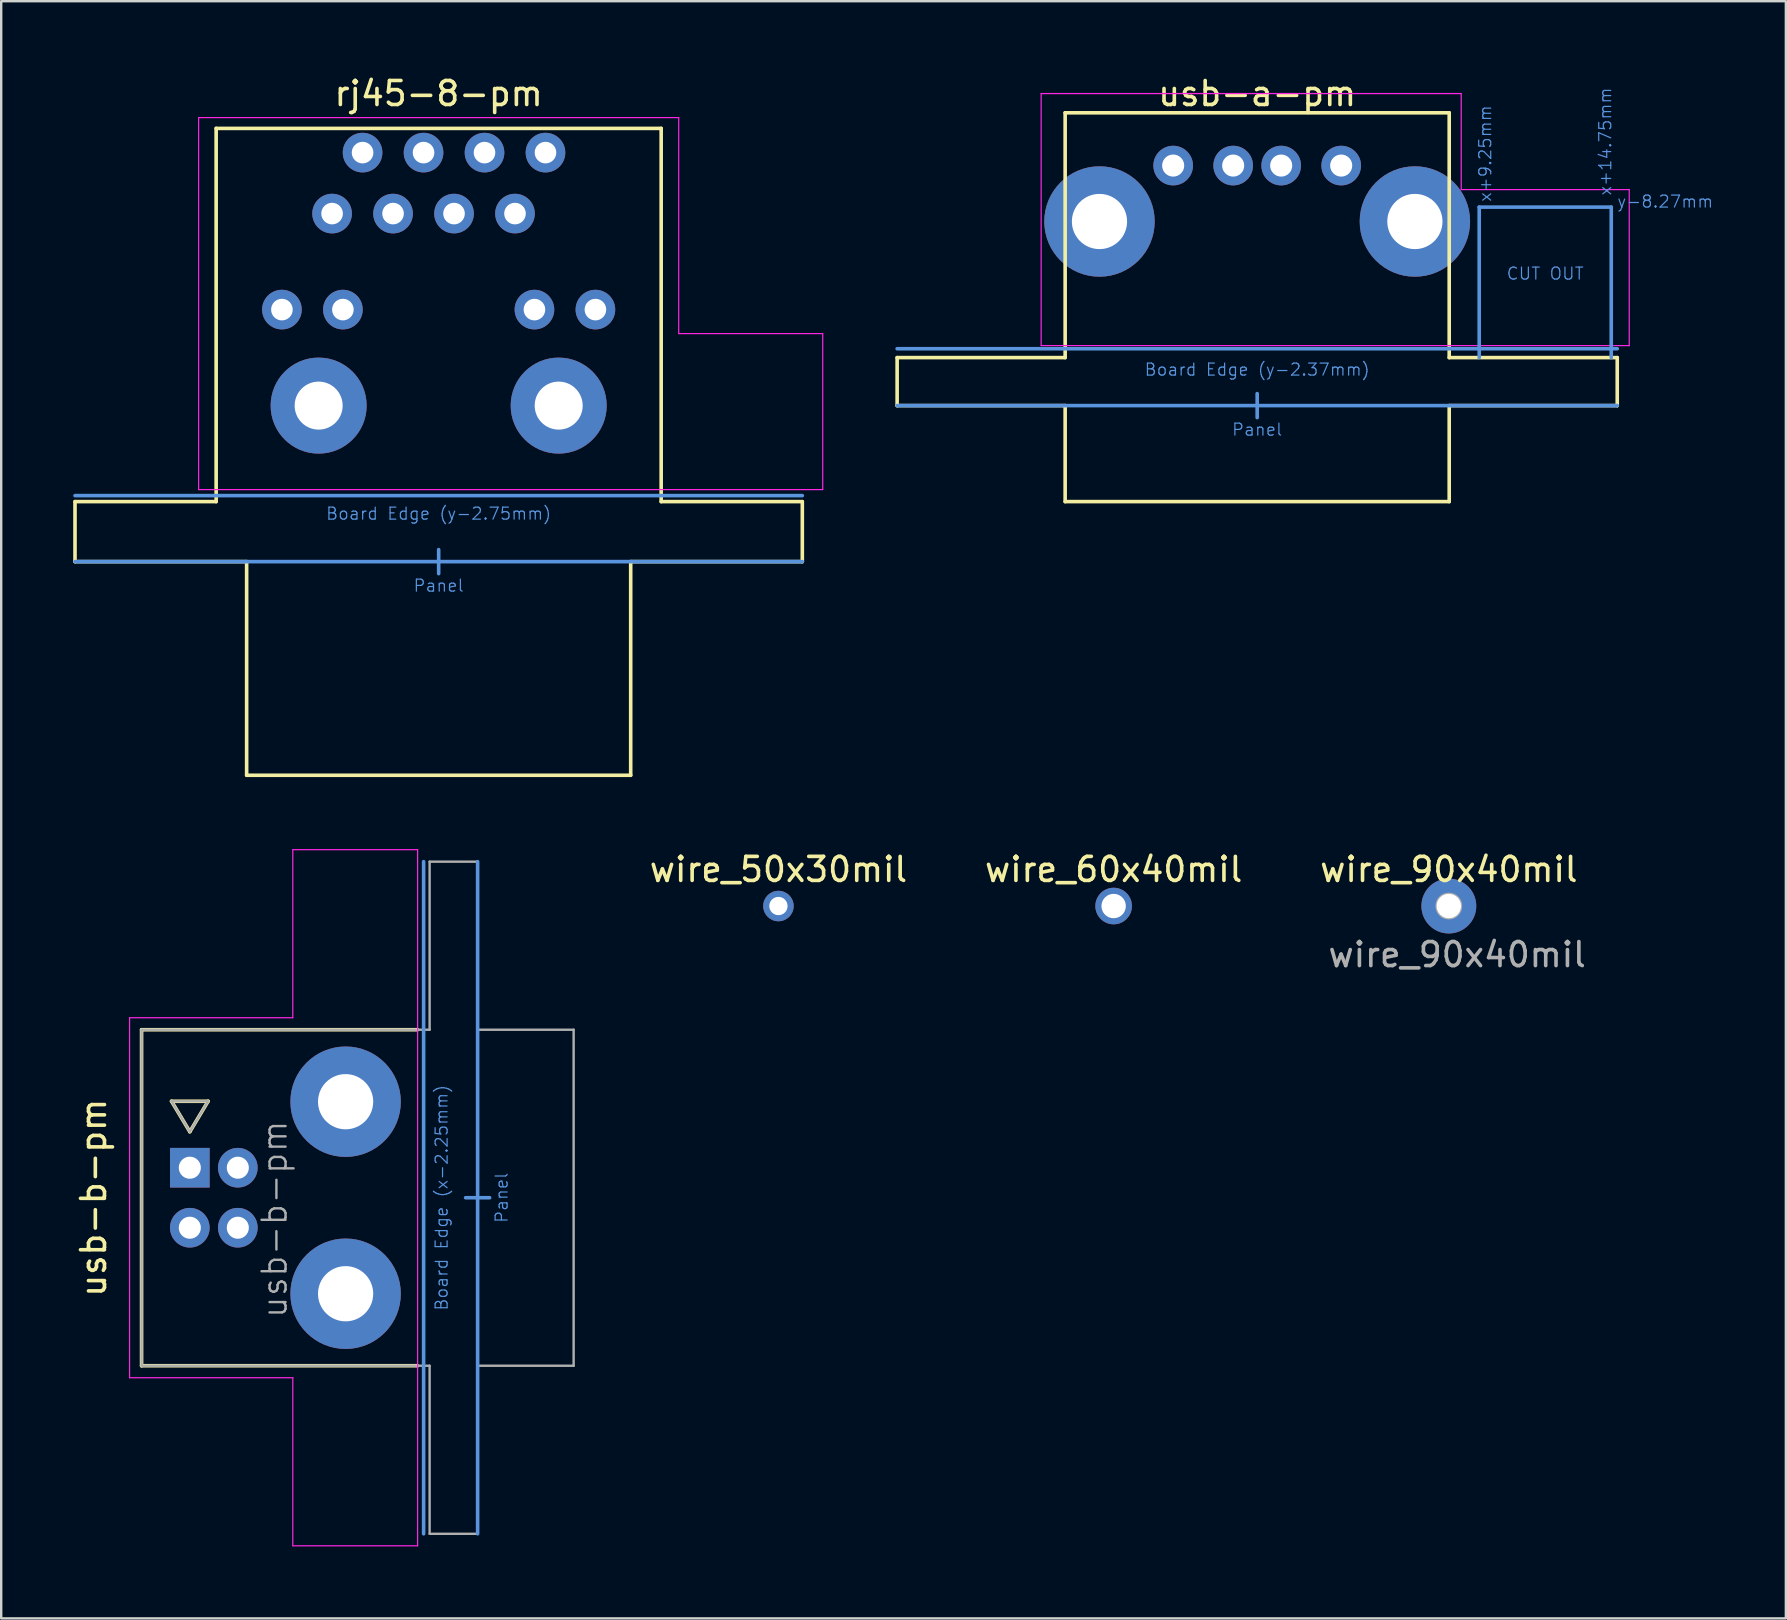
<source format=kicad_pcb>
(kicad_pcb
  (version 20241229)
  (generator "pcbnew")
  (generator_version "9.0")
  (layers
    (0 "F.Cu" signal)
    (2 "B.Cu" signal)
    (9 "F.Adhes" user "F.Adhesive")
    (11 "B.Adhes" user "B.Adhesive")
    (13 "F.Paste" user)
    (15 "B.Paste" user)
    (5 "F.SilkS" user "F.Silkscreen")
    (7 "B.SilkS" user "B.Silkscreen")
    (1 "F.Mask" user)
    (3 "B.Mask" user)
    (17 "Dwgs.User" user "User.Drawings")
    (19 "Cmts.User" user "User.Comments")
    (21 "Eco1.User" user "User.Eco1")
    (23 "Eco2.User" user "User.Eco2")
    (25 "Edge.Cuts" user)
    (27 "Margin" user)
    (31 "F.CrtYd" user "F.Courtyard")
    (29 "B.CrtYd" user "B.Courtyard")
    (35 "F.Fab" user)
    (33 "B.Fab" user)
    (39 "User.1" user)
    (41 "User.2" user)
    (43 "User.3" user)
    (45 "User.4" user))
  (footprint "usb-b-pm"
    (layer "F.Cu")
    (at 16.848 46.848)
    (property "Reference" "usb-b-pm" (at -16 0 90) (layer "F.SilkS") (effects (font (size 1 1) (thickness 0.15))))
    (attr through_hole)
    (fp_line (start -14 -7) (end -2.504 -7) (stroke (width 0.15) (type solid)) (layer "F.SilkS"))
    (fp_line (start -14 7) (end -14 -7) (stroke (width 0.15) (type solid)) (layer "F.SilkS"))
    (fp_line (start -12.752 -4.02) (end -11.99 -2.75) (stroke (width 0.15) (type solid)) (layer "F.SilkS"))
    (fp_line (start -11.99 -2.75) (end -11.228 -4.02) (stroke (width 0.15) (type solid)) (layer "F.SilkS"))
    (fp_line (start -11.228 -4.02) (end -12.752 -4.02) (stroke (width 0.15) (type solid)) (layer "F.SilkS"))
    (fp_line (start -2.504 7) (end -14 7) (stroke (width 0.15) (type solid)) (layer "F.SilkS"))
    (fp_line (start -2.25 14) (end -2.25 -14) (stroke (width 0.15) (type solid)) (layer "Cmts.User"))
    (fp_line (start -0.5 0) (end 0.5 0) (stroke (width 0.15) (type solid)) (layer "Cmts.User"))
    (fp_line (start 0 14) (end 0 -14) (stroke (width 0.15) (type solid)) (layer "Cmts.User"))
    (fp_line (start -14.5 -7.5) (end -7.7 -7.5) (stroke (width 0.05) (type solid)) (layer "F.CrtYd"))
    (fp_line (start -14.5 7.5) (end -14.5 -7.5) (stroke (width 0.05) (type solid)) (layer "F.CrtYd"))
    (fp_line (start -7.7 -14.5) (end -2.5 -14.5) (stroke (width 0.05) (type solid)) (layer "F.CrtYd"))
    (fp_line (start -7.7 -7.5) (end -7.7 -14.5) (stroke (width 0.05) (type solid)) (layer "F.CrtYd"))
    (fp_line (start -7.7 7.5) (end -14.5 7.5) (stroke (width 0.05) (type solid)) (layer "F.CrtYd"))
    (fp_line (start -7.7 14.5) (end -7.7 7.5) (stroke (width 0.05) (type solid)) (layer "F.CrtYd"))
    (fp_line (start -2.5 -14.5) (end -2.5 14.5) (stroke (width 0.05) (type solid)) (layer "F.CrtYd"))
    (fp_line (start -2.5 14.5) (end -7.7 14.5) (stroke (width 0.05) (type solid)) (layer "F.CrtYd"))
    (fp_line (start -14 -7) (end -2 -7) (stroke (width 0.1) (type solid)) (layer "F.Fab"))
    (fp_line (start -14 7) (end -14 -7) (stroke (width 0.1) (type solid)) (layer "F.Fab"))
    (fp_line (start -12.752 -4.02) (end -11.99 -2.75) (stroke (width 0.1) (type solid)) (layer "F.Fab"))
    (fp_line (start -11.99 -2.75) (end -11.228 -4.02) (stroke (width 0.1) (type solid)) (layer "F.Fab"))
    (fp_line (start -11.228 -4.02) (end -12.752 -4.02) (stroke (width 0.1) (type solid)) (layer "F.Fab"))
    (fp_line (start -2 -14) (end 0 -14) (stroke (width 0.1) (type solid)) (layer "F.Fab"))
    (fp_line (start -2 -7) (end -2 -14) (stroke (width 0.1) (type solid)) (layer "F.Fab"))
    (fp_line (start -2 7) (end -14 7) (stroke (width 0.1) (type solid)) (layer "F.Fab"))
    (fp_line (start -2 14) (end -2 7) (stroke (width 0.1) (type solid)) (layer "F.Fab"))
    (fp_line (start 0 -14) (end 0 -7) (stroke (width 0.1) (type solid)) (layer "F.Fab"))
    (fp_line (start 0 -7) (end 4 -7) (stroke (width 0.1) (type solid)) (layer "F.Fab"))
    (fp_line (start 0 7) (end 0 14) (stroke (width 0.1) (type solid)) (layer "F.Fab"))
    (fp_line (start 0 14) (end -2 14) (stroke (width 0.1) (type solid)) (layer "F.Fab"))
    (fp_line (start 4 -7) (end 4 7) (stroke (width 0.1) (type solid)) (layer "F.Fab"))
    (fp_line (start 4 7) (end 0 7) (stroke (width 0.1) (type solid)) (layer "F.Fab"))
    (fp_text user "Panel" (at 1 0 90) (layer "Cmts.User") (effects (font (size 0.5 0.5) (thickness 0.05))))
    (fp_text user "Board Edge (x-2.25mm)" (at -1.5 0 90) (layer "Cmts.User") (effects (font (size 0.5 0.5) (thickness 0.05))))
    (fp_text user "${REFERENCE}" (at -7.874 5.08 90) (unlocked yes) (layer "F.Fab") (effects (font (size 1 1) (thickness 0.1)) (justify left bottom)))
    (pad "1" thru_hole rect (at -11.99 -1.25) (size 1.651 1.651) (drill 0.92) (layers "*.Cu" "*.Mask"))
    (pad "2" thru_hole circle (at -11.99 1.25) (size 1.651 1.651) (drill 0.92) (layers "*.Cu" "*.Mask"))
    (pad "3" thru_hole circle (at -9.99 1.25) (size 1.651 1.651) (drill 0.92) (layers "*.Cu" "*.Mask"))
    (pad "4" thru_hole circle (at -9.99 -1.25) (size 1.651 1.651) (drill 0.92) (layers "*.Cu" "*.Mask"))
    (pad "5" thru_hole circle (at -5.5 -4) (size 4.6 4.6) (drill 2.3) (layers "*.Cu" "*.Mask"))
    (pad "5" thru_hole circle (at -5.5 4) (size 4.6 4.6) (drill 2.3) (layers "*.Cu" "*.Mask")))
  (footprint "wire_90x40mil"
    (layer "F.Cu")
    (at 57.309 34.696)
    (property "Reference" "wire_90x40mil" (at 0 -1.524 0) (layer "F.SilkS") (effects (font (size 1 1) (thickness 0.15))))
    (attr through_hole)
    (fp_circle (center 0 0) (end 0.508 0) (stroke (width 0.1) (type default)) (fill no) (layer "F.Fab"))
    (fp_text user "${REFERENCE}" (at -5.11 2.61 0) (unlocked yes) (layer "F.Fab") (effects (font (size 1 1) (thickness 0.15)) (justify left bottom)))
    (pad "1" thru_hole circle (at 0 0) (size 2.286 2.286) (drill 1.016) (layers "*.Cu" "*.Mask")))
  (footprint "wire_50x30mil"
    (layer "F.Cu")
    (at 29.38 34.696)
    (property "Reference" "wire_50x30mil" (at 0 -1.524 0) (layer "F.SilkS") (effects (font (size 1 1) (thickness 0.15))))
    (attr through_hole)
    (pad "1" thru_hole circle (at 0 0) (size 1.27 1.27) (drill 0.762) (layers "*.Cu" "*.Mask")))
  (footprint "usb-a-pm"
    (layer "F.Cu")
    (at 49.325 13.848)
    (property "Reference" "usb-a-pm" (at 0 -13 0) (layer "F.SilkS") (effects (font (size 1 1) (thickness 0.15))))
    (attr through_hole)
    (fp_line (start -15 -2) (end -8 -2) (stroke (width 0.15) (type solid)) (layer "F.SilkS"))
    (fp_line (start -15 0) (end -15 -2) (stroke (width 0.15) (type solid)) (layer "F.SilkS"))
    (fp_line (start -8 -12.2) (end 8 -12.2) (stroke (width 0.15) (type solid)) (layer "F.SilkS"))
    (fp_line (start -8 -2) (end -8 -12.2) (stroke (width 0.15) (type solid)) (layer "F.SilkS"))
    (fp_line (start -8 0) (end -15 0) (stroke (width 0.15) (type solid)) (layer "F.SilkS"))
    (fp_line (start -8 4) (end -8 0) (stroke (width 0.15) (type solid)) (layer "F.SilkS"))
    (fp_line (start 8 -12.2) (end 8 -2) (stroke (width 0.15) (type solid)) (layer "F.SilkS"))
    (fp_line (start 8 -2) (end 15 -2) (stroke (width 0.15) (type solid)) (layer "F.SilkS"))
    (fp_line (start 8 0) (end 8 4) (stroke (width 0.15) (type solid)) (layer "F.SilkS"))
    (fp_line (start 8 4) (end -8 4) (stroke (width 0.15) (type solid)) (layer "F.SilkS"))
    (fp_line (start 15 -2) (end 15 0) (stroke (width 0.15) (type solid)) (layer "F.SilkS"))
    (fp_line (start 15 0) (end 8 0) (stroke (width 0.15) (type solid)) (layer "F.SilkS"))
    (fp_line (start -15 -2.37) (end 15 -2.37) (stroke (width 0.15) (type solid)) (layer "Cmts.User"))
    (fp_line (start -15 0) (end 15 0) (stroke (width 0.15) (type solid)) (layer "Cmts.User"))
    (fp_line (start 0 -0.5) (end 0 0.5) (stroke (width 0.15) (type solid)) (layer "Cmts.User"))
    (fp_line (start 9.25 -8.27) (end 14.75 -8.27) (stroke (width 0.15) (type solid)) (layer "Cmts.User"))
    (fp_line (start 9.25 -2) (end 9.25 -8.27) (stroke (width 0.15) (type solid)) (layer "Cmts.User"))
    (fp_line (start 14.75 -8.27) (end 14.75 -2) (stroke (width 0.15) (type solid)) (layer "Cmts.User"))
    (fp_line (start -9 -13) (end -9 -2.5) (stroke (width 0.05) (type solid)) (layer "F.CrtYd"))
    (fp_line (start -9 -2.5) (end 15.5 -2.5) (stroke (width 0.05) (type solid)) (layer "F.CrtYd"))
    (fp_line (start 8.5 -13) (end -9 -13) (stroke (width 0.05) (type solid)) (layer "F.CrtYd"))
    (fp_line (start 8.5 -9) (end 8.5 -13) (stroke (width 0.05) (type solid)) (layer "F.CrtYd"))
    (fp_line (start 15.5 -9) (end 8.5 -9) (stroke (width 0.05) (type solid)) (layer "F.CrtYd"))
    (fp_line (start 15.5 -2.5) (end 15.5 -9) (stroke (width 0.05) (type solid)) (layer "F.CrtYd"))
    (fp_text user "x+14.75mm" (at 14.5 -11 90) (layer "Cmts.User") (effects (font (size 0.5 0.5) (thickness 0.05))))
    (fp_text user "CUT OUT" (at 12 -5.5 180) (layer "Cmts.User") (effects (font (size 0.5 0.5) (thickness 0.05))))
    (fp_text user "Panel" (at 0 1 0) (layer "Cmts.User") (effects (font (size 0.5 0.5) (thickness 0.05))))
    (fp_text user "Board Edge (y-2.37mm)" (at 0 -1.5 0) (layer "Cmts.User") (effects (font (size 0.5 0.5) (thickness 0.05))))
    (fp_text user "x+9.25mm" (at 9.5 -10.5 90) (layer "Cmts.User") (effects (font (size 0.5 0.5) (thickness 0.05))))
    (fp_text user "y-8.27mm" (at 17 -8.5 0) (layer "Cmts.User") (effects (font (size 0.5 0.5) (thickness 0.05))))
    (pad "1" thru_hole circle (at -3.5 -10) (size 1.651 1.651) (drill 0.92) (layers "*.Cu" "*.Mask"))
    (pad "2" thru_hole circle (at -1 -10) (size 1.651 1.651) (drill 0.92) (layers "*.Cu" "*.Mask"))
    (pad "3" thru_hole circle (at 1 -10) (size 1.651 1.651) (drill 0.92) (layers "*.Cu" "*.Mask"))
    (pad "4" thru_hole circle (at 3.5 -10) (size 1.651 1.651) (drill 0.92) (layers "*.Cu" "*.Mask"))
    (pad "5" thru_hole circle (at -6.57 -7.67) (size 4.6 4.6) (drill 2.3) (layers "*.Cu" "*.Mask"))
    (pad "5" thru_hole circle (at 6.57 -7.67) (size 4.6 4.6) (drill 2.3) (layers "*.Cu" "*.Mask")))
  (footprint "wire_60x40mil"
    (layer "F.Cu")
    (at 43.345 34.696)
    (property "Reference" "wire_60x40mil" (at 0 -1.524 0) (layer "F.SilkS") (effects (font (size 1 1) (thickness 0.15))))
    (attr through_hole)
    (pad "1" thru_hole circle (at 0 0) (size 1.524 1.524) (drill 1.016) (layers "*.Cu" "*.Mask")))
  (footprint "rj45-8-pm"
    (layer "F.Cu")
    (at 15.225 20.348)
    (property "Reference" "rj45-8-pm" (at 0 -19.5 0) (layer "F.SilkS") (effects (font (size 1 1) (thickness 0.15))))
    (attr through_hole)
    (fp_line (start -15.15 -2.5) (end -9.27 -2.5) (stroke (width 0.15) (type solid)) (layer "F.SilkS"))
    (fp_line (start -15.15 0) (end -15.15 -2.5) (stroke (width 0.15) (type solid)) (layer "F.SilkS"))
    (fp_line (start -9.27 -18.05) (end 9.27 -18.05) (stroke (width 0.15) (type solid)) (layer "F.SilkS"))
    (fp_line (start -9.27 -2.5) (end -9.27 -18.05) (stroke (width 0.15) (type solid)) (layer "F.SilkS"))
    (fp_line (start -8 0) (end -15.15 0) (stroke (width 0.15) (type solid)) (layer "F.SilkS"))
    (fp_line (start -8 8.9) (end -8 0) (stroke (width 0.15) (type solid)) (layer "F.SilkS"))
    (fp_line (start 8 0) (end 8 8.9) (stroke (width 0.15) (type solid)) (layer "F.SilkS"))
    (fp_line (start 8 8.9) (end -8 8.9) (stroke (width 0.15) (type solid)) (layer "F.SilkS"))
    (fp_line (start 9.27 -18.05) (end 9.27 -2.5) (stroke (width 0.15) (type solid)) (layer "F.SilkS"))
    (fp_line (start 9.27 -2.5) (end 15.15 -2.5) (stroke (width 0.15) (type solid)) (layer "F.SilkS"))
    (fp_line (start 15.15 -2.5) (end 15.15 0) (stroke (width 0.15) (type solid)) (layer "F.SilkS"))
    (fp_line (start 15.15 0) (end 8 0) (stroke (width 0.15) (type solid)) (layer "F.SilkS"))
    (fp_line (start -15.15 -2.75) (end 15.15 -2.75) (stroke (width 0.15) (type solid)) (layer "Cmts.User"))
    (fp_line (start -15.15 0) (end 15.15 0) (stroke (width 0.15) (type solid)) (layer "Cmts.User"))
    (fp_line (start 0 -0.5) (end 0 0.5) (stroke (width 0.15) (type solid)) (layer "Cmts.User"))
    (fp_line (start -10 -18.5) (end -10 -3) (stroke (width 0.05) (type solid)) (layer "F.CrtYd"))
    (fp_line (start -10 -3) (end 16 -3) (stroke (width 0.05) (type solid)) (layer "F.CrtYd"))
    (fp_line (start 10 -18.5) (end -10 -18.5) (stroke (width 0.05) (type solid)) (layer "F.CrtYd"))
    (fp_line (start 10 -9.5) (end 10 -18.5) (stroke (width 0.05) (type solid)) (layer "F.CrtYd"))
    (fp_line (start 16 -9.5) (end 10 -9.5) (stroke (width 0.05) (type solid)) (layer "F.CrtYd"))
    (fp_line (start 16 -3) (end 16 -9.5) (stroke (width 0.05) (type solid)) (layer "F.CrtYd"))
    (fp_text user "Panel" (at 0 1 0) (layer "Cmts.User") (effects (font (size 0.5 0.5) (thickness 0.05))))
    (fp_text user "Board Edge (y-2.75mm)" (at 0 -2 0) (layer "Cmts.User") (effects (font (size 0.5 0.5) (thickness 0.05))))
    (pad "1" thru_hole circle (at -4.44 -14.5) (size 1.651 1.651) (drill 0.9) (layers "*.Cu" "*.Mask"))
    (pad "2" thru_hole circle (at -3.17 -17.04) (size 1.651 1.651) (drill 0.9) (layers "*.Cu" "*.Mask"))
    (pad "3" thru_hole circle (at -1.9 -14.5) (size 1.651 1.651) (drill 0.9) (layers "*.Cu" "*.Mask"))
    (pad "4" thru_hole circle (at -0.63 -17.04) (size 1.651 1.651) (drill 0.9) (layers "*.Cu" "*.Mask"))
    (pad "5" thru_hole circle (at 0.64 -14.5) (size 1.651 1.651) (drill 0.9) (layers "*.Cu" "*.Mask"))
    (pad "6" thru_hole circle (at 1.91 -17.04) (size 1.651 1.651) (drill 0.9) (layers "*.Cu" "*.Mask"))
    (pad "7" thru_hole circle (at 3.18 -14.5) (size 1.651 1.651) (drill 0.9) (layers "*.Cu" "*.Mask"))
    (pad "8" thru_hole circle (at 4.45 -17.04) (size 1.651 1.651) (drill 0.9) (layers "*.Cu" "*.Mask"))
    (pad "9" thru_hole circle (at 6.53 -10.5) (size 1.651 1.651) (drill 0.9) (layers "*.Cu" "*.Mask"))
    (pad "10" thru_hole circle (at 3.99 -10.5) (size 1.651 1.651) (drill 0.9) (layers "*.Cu" "*.Mask"))
    (pad "11" thru_hole circle (at -3.99 -10.5) (size 1.651 1.651) (drill 0.9) (layers "*.Cu" "*.Mask"))
    (pad "12" thru_hole circle (at -6.53 -10.5) (size 1.651 1.651) (drill 0.9) (layers "*.Cu" "*.Mask"))
    (pad "15" thru_hole circle (at -5 -6.5) (size 4 4) (drill 2) (layers "*.Cu" "*.Mask"))
    (pad "15" thru_hole circle (at 5 -6.5) (size 4 4) (drill 2) (layers "*.Cu" "*.Mask")))
  (gr_rect
    (start -3 -3)
    (end 71.35 64.373)
    (stroke (width 0.1) (type default))
    (fill no)
    (layer "Edge.Cuts")))
</source>
